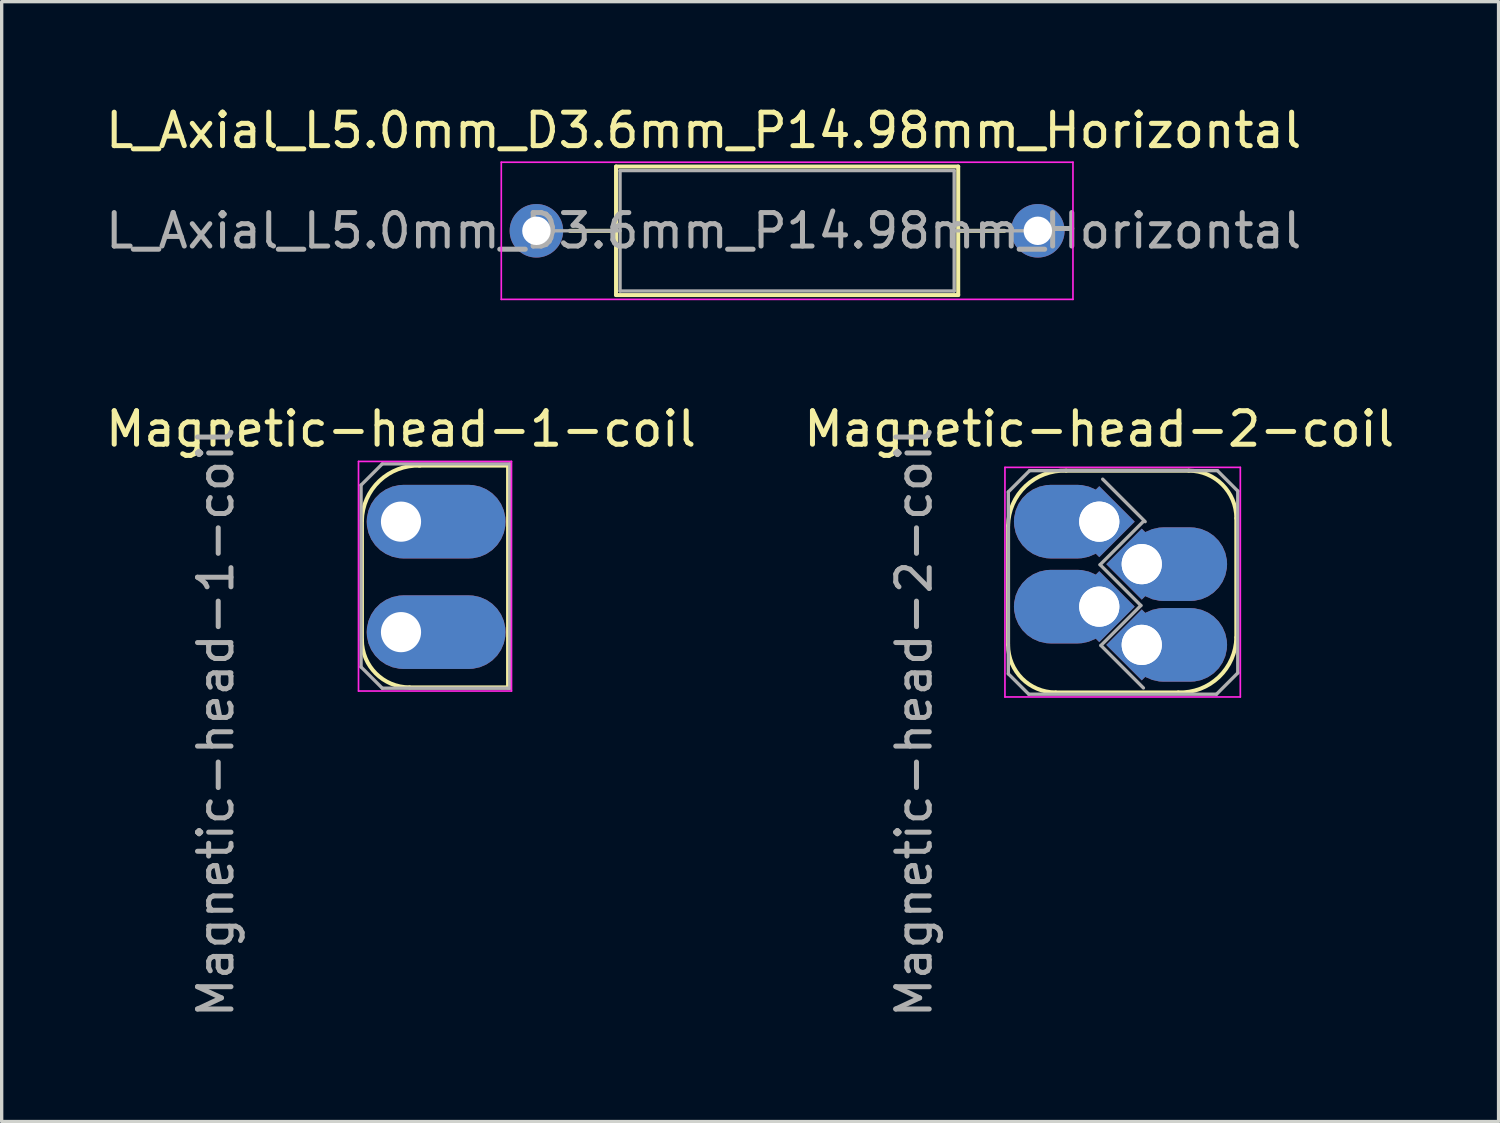
<source format=kicad_pcb>
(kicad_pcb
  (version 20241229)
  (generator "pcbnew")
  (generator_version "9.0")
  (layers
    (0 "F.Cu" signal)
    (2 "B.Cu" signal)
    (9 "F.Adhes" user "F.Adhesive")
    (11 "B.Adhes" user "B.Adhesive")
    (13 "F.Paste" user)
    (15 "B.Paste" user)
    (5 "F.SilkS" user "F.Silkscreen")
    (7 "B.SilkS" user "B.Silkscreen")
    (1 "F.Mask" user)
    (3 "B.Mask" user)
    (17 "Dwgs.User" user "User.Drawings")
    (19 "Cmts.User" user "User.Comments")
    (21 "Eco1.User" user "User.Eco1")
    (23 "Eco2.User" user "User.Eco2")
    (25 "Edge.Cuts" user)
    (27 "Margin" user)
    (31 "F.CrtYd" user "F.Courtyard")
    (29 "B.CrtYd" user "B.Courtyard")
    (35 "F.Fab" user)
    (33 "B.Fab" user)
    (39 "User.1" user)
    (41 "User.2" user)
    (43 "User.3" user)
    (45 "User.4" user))
  (footprint "Magnetic-head-1-coil"
    (layer "F.Cu")
    (at 8.935 12.541)
    (property "Reference" "Magnetic-head-1-coil" (at 0 -2.77 0) (layer "F.SilkS") (effects (font (size 1 1) (thickness 0.15))))
    (attr through_hole)
    (fp_line (start -1.168 -0.03) (end -1.168 3.531) (stroke (width 0.12) (type solid)) (layer "F.SilkS"))
    (fp_line (start 0.254 4.953) (end 3.2 4.953) (stroke (width 0.12) (type solid)) (layer "F.SilkS"))
    (fp_line (start 0.54 -1.676) (end 3.2 -1.676) (stroke (width 0.12) (type solid)) (layer "F.SilkS"))
    (fp_line (start 3.2 -1.676) (end 3.2 4.953) (stroke (width 0.12) (type solid)) (layer "F.SilkS"))
    (fp_arc (start -1.1684 -0.03) (mid -0.64614 -1.216214) (end 0.565783 -1.675672) (stroke (width 0.12) (type default)) (layer "F.SilkS"))
    (fp_arc (start 0.254 4.953) (mid -0.751789 4.536389) (end -1.1684 3.5306) (stroke (width 0.12) (type default)) (layer "F.SilkS"))
    (fp_line (start -1.27 -1.8) (end 3.302 -1.8) (stroke (width 0.05) (type solid)) (layer "F.CrtYd"))
    (fp_line (start -1.27 5.062) (end -1.27 -1.8) (stroke (width 0.05) (type solid)) (layer "F.CrtYd"))
    (fp_line (start 3.302 -1.8) (end 3.302 5.062) (stroke (width 0.05) (type solid)) (layer "F.CrtYd"))
    (fp_line (start 3.302 5.062) (end -1.27 5.062) (stroke (width 0.05) (type solid)) (layer "F.CrtYd"))
    (fp_line (start -1.194 -1.092) (end -0.559 -1.727) (stroke (width 0.1) (type solid)) (layer "F.Fab"))
    (fp_line (start -1.194 4.343) (end -1.194 -1.092) (stroke (width 0.1) (type solid)) (layer "F.Fab"))
    (fp_line (start -0.559 4.978) (end -1.194 4.343) (stroke (width 0.1) (type solid)) (layer "F.Fab"))
    (fp_line (start 3.251 -1.727) (end -0.559 -1.727) (stroke (width 0.1) (type solid)) (layer "F.Fab"))
    (fp_line (start 3.251 -1.727) (end 3.251 4.978) (stroke (width 0.1) (type solid)) (layer "F.Fab"))
    (fp_line (start 3.251 4.978) (end -0.559 4.978) (stroke (width 0.1) (type solid)) (layer "F.Fab"))
    (fp_text user "${REFERENCE}" (at -5.537 5.994 90) (layer "F.Fab") (effects (font (size 1 1) (thickness 0.15))))
    (pad "1" thru_hole roundrect (at 0 0) (size 4.15 2.2) (drill 1.2 (offset 1.05 0)) (layers "*.Cu" "*.Mask") (roundrect_rratio 0.5))
    (pad "2" thru_hole roundrect (at 0 3.302) (size 4.15 2.2) (drill 1.2 (offset 1.05 0)) (layers "*.Cu" "*.Mask") (roundrect_rratio 0.5)))
  (footprint "Magnetic-head-2-coil"
    (layer "F.Cu")
    (at 29.804 12.541)
    (property "Reference" "Magnetic-head-2-coil" (at 0 -2.77 0) (layer "F.SilkS") (effects (font (size 1 1) (thickness 0.15))))
    (attr through_hole)
    (fp_line (start -2.725 0.122) (end -2.725 3.682) (stroke (width 0.12) (type solid)) (layer "F.SilkS"))
    (fp_line (start -1.302 5.105) (end 2.362 5.105) (stroke (width 0.12) (type solid)) (layer "F.SilkS"))
    (fp_line (start -0.991 -1.524) (end 2.674 -1.524) (stroke (width 0.12) (type solid)) (layer "F.SilkS"))
    (fp_line (start 4.096 3.459) (end 4.096 -0.102) (stroke (width 0.12) (type solid)) (layer "F.SilkS"))
    (fp_arc (start -2.724783 0.121672) (mid -2.202523 -1.064542) (end -0.9906 -1.524) (stroke (width 0.12) (type default)) (layer "F.SilkS"))
    (fp_arc (start -1.302383 5.104672) (mid -2.308172 4.688061) (end -2.724783 3.682272) (stroke (width 0.12) (type default)) (layer "F.SilkS"))
    (fp_arc (start 2.673983 -1.524) (mid 3.679772 -1.107389) (end 4.096383 -0.1016) (stroke (width 0.12) (type default)) (layer "F.SilkS"))
    (fp_arc (start 4.096383 3.459) (mid 3.574123 4.645214) (end 2.3622 5.104672) (stroke (width 0.12) (type default)) (layer "F.SilkS"))
    (fp_line (start -2.819 -1.622) (end 4.216 -1.622) (stroke (width 0.05) (type solid)) (layer "F.CrtYd"))
    (fp_line (start -2.819 5.24) (end -2.819 -1.622) (stroke (width 0.05) (type solid)) (layer "F.CrtYd"))
    (fp_line (start 4.216 -1.622) (end 4.216 5.24) (stroke (width 0.05) (type solid)) (layer "F.CrtYd"))
    (fp_line (start 4.216 5.24) (end -2.819 5.24) (stroke (width 0.05) (type solid)) (layer "F.CrtYd"))
    (fp_line (start -2.718 -0.889) (end -2.083 -1.524) (stroke (width 0.1) (type solid)) (layer "F.Fab"))
    (fp_line (start -2.718 4.547) (end -2.718 -0.889) (stroke (width 0.1) (type solid)) (layer "F.Fab"))
    (fp_line (start -2.108 5.156) (end -2.718 4.547) (stroke (width 0.1) (type solid)) (layer "F.Fab"))
    (fp_line (start 0.025 1.287) (end 1.295 0.017) (stroke (width 0.1) (type default)) (layer "F.Fab"))
    (fp_line (start 0.05 3.7) (end 1.244 2.506) (stroke (width 0.1) (type default)) (layer "F.Fab"))
    (fp_line (start 0.102 -1.27) (end 1.372 0) (stroke (width 0.1) (type default)) (layer "F.Fab"))
    (fp_line (start 1.244 2.506) (end 0.025 1.287) (stroke (width 0.1) (type default)) (layer "F.Fab"))
    (fp_line (start 1.32 4.97) (end 0.05 3.7) (stroke (width 0.1) (type default)) (layer "F.Fab"))
    (fp_line (start 3.505 5.156) (end -2.108 5.156) (stroke (width 0.1) (type solid)) (layer "F.Fab"))
    (fp_line (start 3.505 5.156) (end 4.14 4.521) (stroke (width 0.1) (type solid)) (layer "F.Fab"))
    (fp_line (start 3.531 -1.524) (end -2.083 -1.524) (stroke (width 0.1) (type solid)) (layer "F.Fab"))
    (fp_line (start 4.14 -0.914) (end 3.531 -1.524) (stroke (width 0.1) (type solid)) (layer "F.Fab"))
    (fp_line (start 4.14 -0.914) (end 4.14 4.521) (stroke (width 0.1) (type solid)) (layer "F.Fab"))
    (fp_text user "${REFERENCE}" (at -5.537 5.994 90) (layer "F.Fab") (effects (font (size 1 1) (thickness 0.15))))
    (pad "1" thru_hole rect (at 0 0 45) (size 1.5 1.5) (drill 1.2) (layers "*.Cu" "*.Mask"))
    (pad "1" thru_hole roundrect (at 0 0 180) (size 3 2.2) (drill 1.2 (offset 1.05 0)) (layers "*.Cu" "*.Mask") (roundrect_rratio 0.5))
    (pad "2" thru_hole rect (at 1.27 1.27 45) (size 1.5 1.5) (drill 1.2) (layers "*.Cu" "*.Mask"))
    (pad "2" thru_hole roundrect (at 1.27 1.27) (size 3 2.2) (drill 1.2 (offset 1.05 0)) (layers "*.Cu" "*.Mask") (roundrect_rratio 0.5))
    (pad "3" thru_hole rect (at 0 2.54 45) (size 1.5 1.5) (drill 1.2) (layers "*.Cu" "*.Mask"))
    (pad "3" thru_hole roundrect (at 0 2.54 180) (size 3 2.2) (drill 1.2 (offset 1.05 0)) (layers "*.Cu" "*.Mask") (roundrect_rratio 0.5))
    (pad "4" thru_hole rect (at 1.27 3.683 45) (size 1.5 1.5) (drill 1.2) (layers "*.Cu" "*.Mask"))
    (pad "4" thru_hole roundrect (at 1.27 3.683) (size 3 2.2) (drill 1.2 (offset 1.05 0)) (layers "*.Cu" "*.Mask") (roundrect_rratio 0.5)))
  (footprint "L_Axial_L5.0mm_D3.6mm_P14.98mm_Horizontal"
    (layer "F.Cu")
    (at 12.982 3.848)
    (property "Reference" "L_Axial_L5.0mm_D3.6mm_P14.98mm_Horizontal" (at 5 -3 180) (layer "F.SilkS") (effects (font (size 1 1) (thickness 0.15))))
    (attr through_hole)
    (fp_line (start 1 0) (end 2.38 0) (stroke (width 0.12) (type solid)) (layer "F.SilkS"))
    (fp_line (start 2.38 -1.92) (end 2.38 1.92) (stroke (width 0.12) (type solid)) (layer "F.SilkS"))
    (fp_line (start 2.38 1.92) (end 12.606 1.92) (stroke (width 0.12) (type solid)) (layer "F.SilkS"))
    (fp_line (start 12.606 -1.92) (end 2.38 -1.92) (stroke (width 0.12) (type solid)) (layer "F.SilkS"))
    (fp_line (start 12.606 1.92) (end 12.606 -1.92) (stroke (width 0.12) (type solid)) (layer "F.SilkS"))
    (fp_line (start 13.986 0) (end 12.606 0) (stroke (width 0.12) (type solid)) (layer "F.SilkS"))
    (fp_line (start -1.05 -2.05) (end -1.05 2.05) (stroke (width 0.05) (type solid)) (layer "F.CrtYd"))
    (fp_line (start -1.05 2.05) (end 16.036 2.05) (stroke (width 0.05) (type solid)) (layer "F.CrtYd"))
    (fp_line (start 16.036 -2.05) (end -1.05 -2.05) (stroke (width 0.05) (type solid)) (layer "F.CrtYd"))
    (fp_line (start 16.036 2.05) (end 16.036 -2.05) (stroke (width 0.05) (type solid)) (layer "F.CrtYd"))
    (fp_line (start 0 0) (end 2.5 0) (stroke (width 0.1) (type solid)) (layer "F.Fab"))
    (fp_line (start 2.5 -1.8) (end 2.5 1.8) (stroke (width 0.1) (type solid)) (layer "F.Fab"))
    (fp_line (start 2.5 1.8) (end 12.486 1.8) (stroke (width 0.1) (type solid)) (layer "F.Fab"))
    (fp_line (start 12.486 -1.8) (end 2.5 -1.8) (stroke (width 0.1) (type solid)) (layer "F.Fab"))
    (fp_line (start 12.486 1.8) (end 12.486 -1.8) (stroke (width 0.1) (type solid)) (layer "F.Fab"))
    (fp_line (start 14.986 0) (end 12.486 0) (stroke (width 0.1) (type solid)) (layer "F.Fab"))
    (fp_text user "${REFERENCE}" (at 5 0 180) (layer "F.Fab") (effects (font (size 1 1) (thickness 0.15))))
    (pad "1" thru_hole circle (at 0 0) (size 1.6 1.6) (drill 0.85) (layers "*.Cu" "*.Mask"))
    (pad "2" thru_hole oval (at 14.986 0) (size 1.6 1.6) (drill 0.85) (layers "*.Cu" "*.Mask")))
  (gr_rect
    (start -3 -3)
    (end 41.738 30.47)
    (stroke (width 0.1) (type default))
    (fill no)
    (layer "Edge.Cuts")))
</source>
